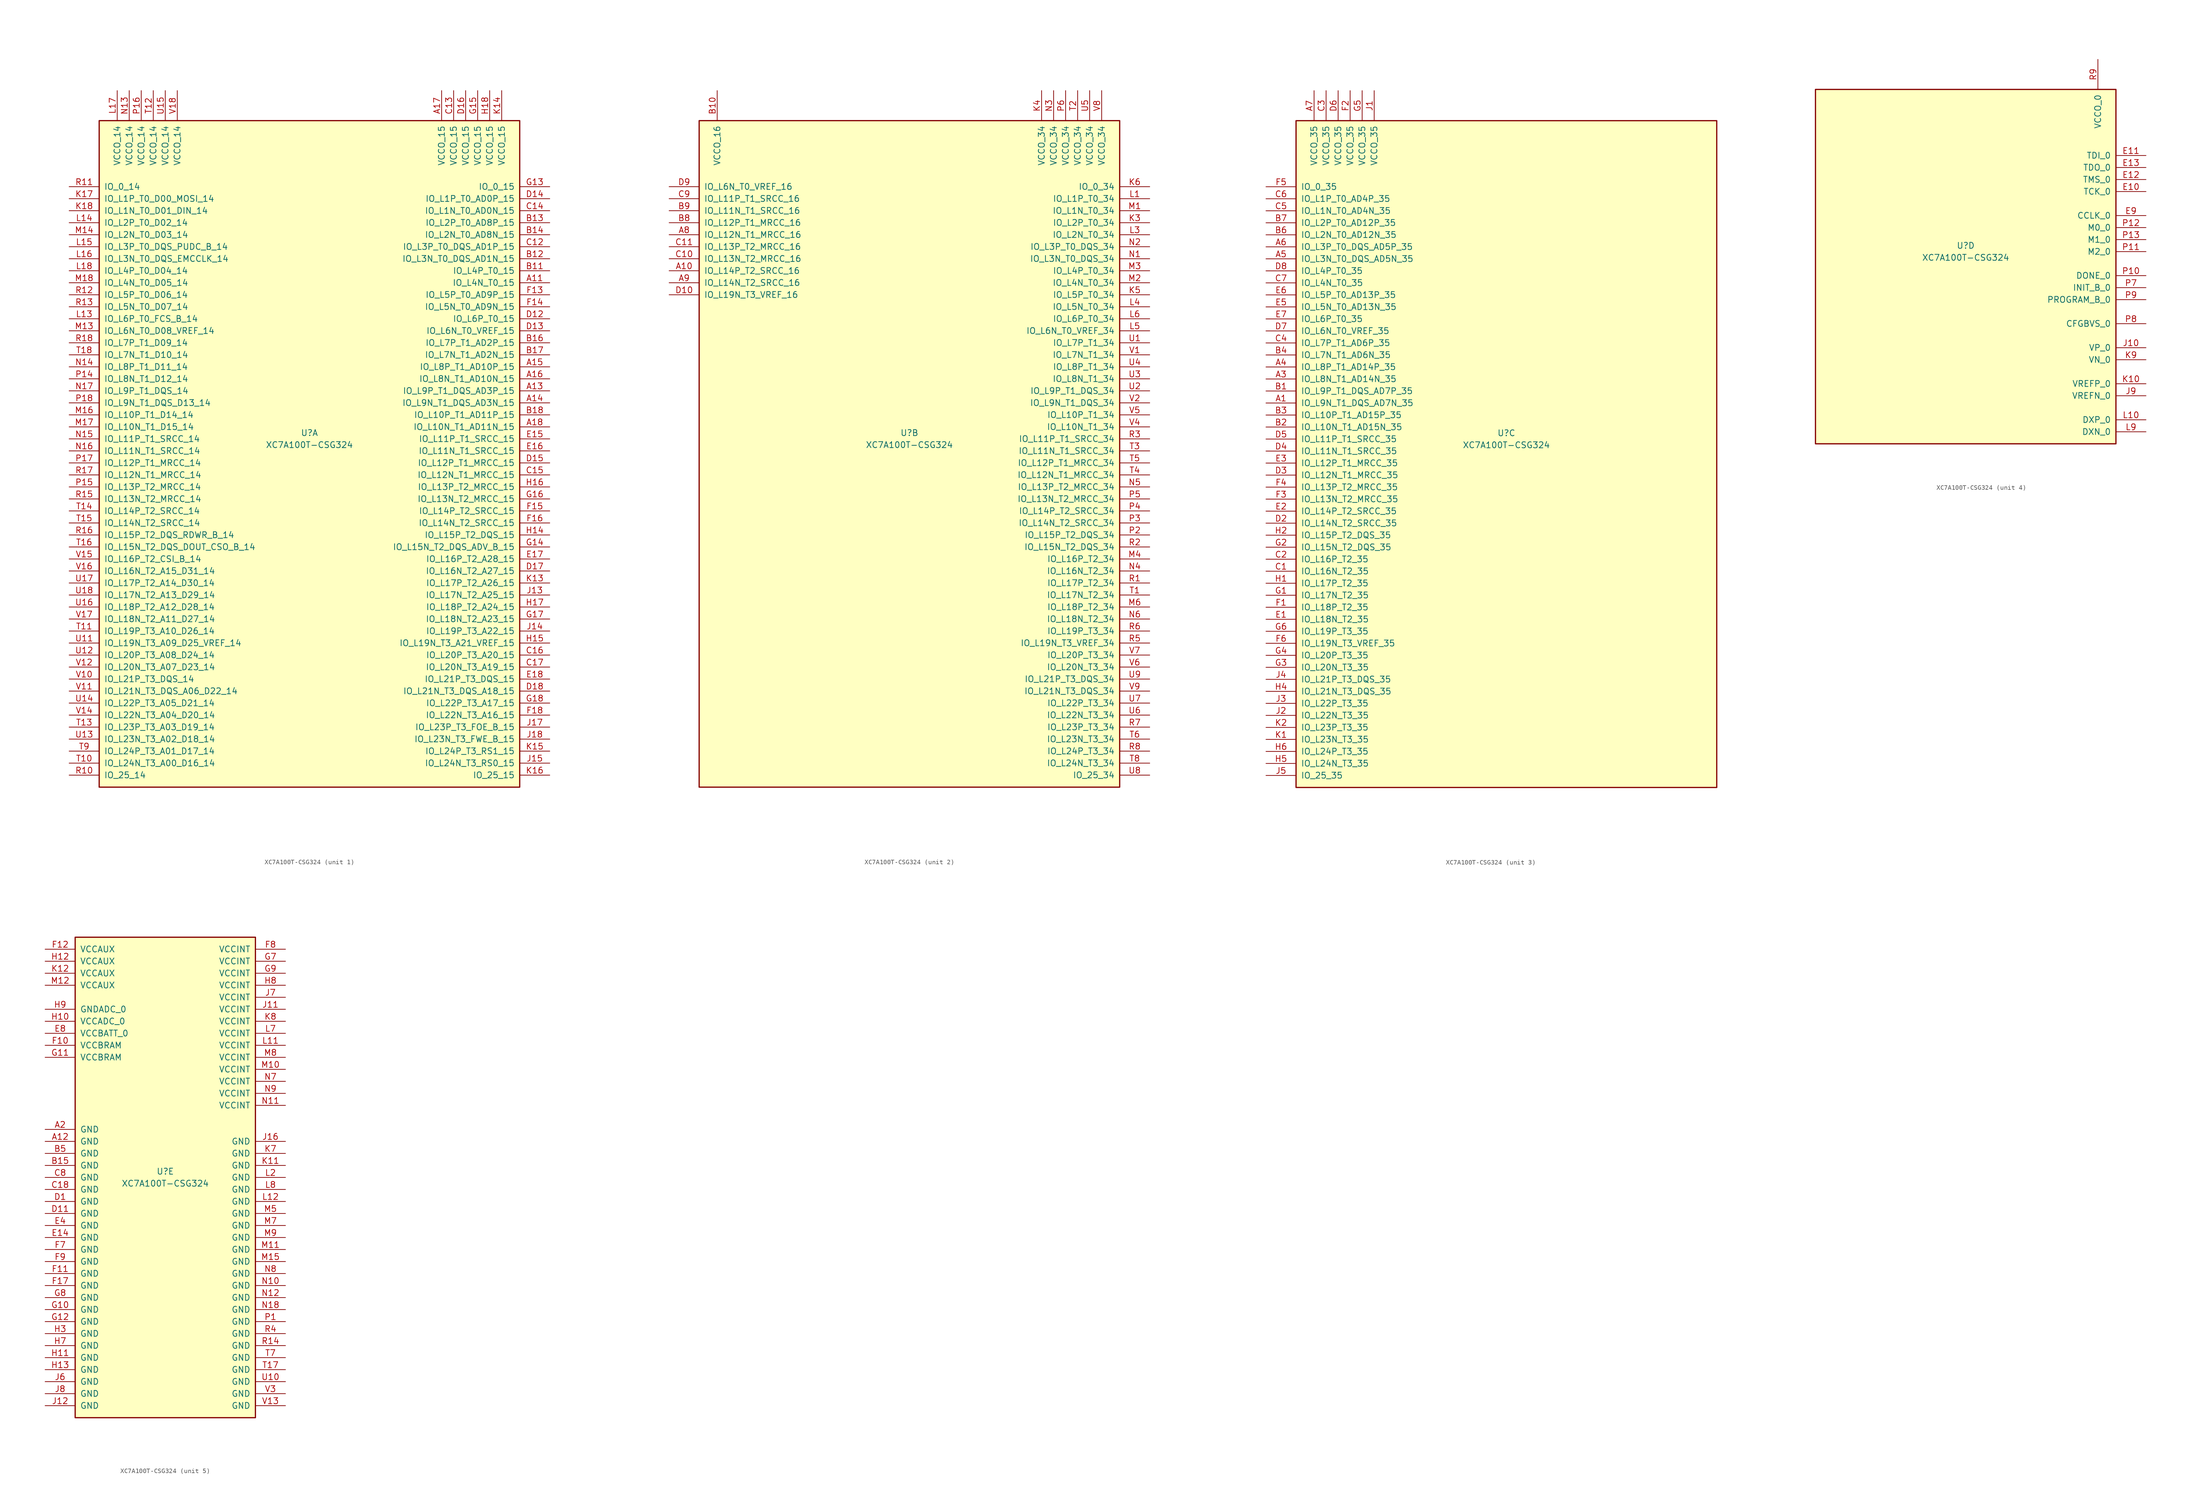
<source format=kicad_sym>
(kicad_symbol_lib
  (version 20211014)
  (generator kicad_symbol_editor)
  (symbol "XC7A100T-CSG324"
    (pin_names
      (offset 1.016))
    (property "Reference" "U"
      (at 0 1.27 0)
      (effects (font (size 1.27 1.27))))
    (property "Value" "XC7A100T-CSG324"
      (at 0 -1.27 0)
      (effects (font (size 1.27 1.27))))
    (property "Datasheet" ""
      (at 0 0 0)
      (effects (font (size 1.27 1.27))))
    (property "ki_locked" ""
      (at 0 0 0)
      (effects (font (size 1.27 1.27))))
    (symbol "XC7A100T-CSG324_1_1"
      (rectangle (start -44.45 67.31) (end 44.45 -73.66) (stroke (width 0.254) (type default) (color 0 0 0 0)) (fill (type background)))
      (pin bidirectional line (at 50.8 33.02 180) (length 6.35) (name "IO_L4N_T0_15" (effects (font (size 1.27 1.27)))) (number "A11" (effects (font (size 1.27 1.27)))))
      (pin bidirectional line (at 50.8 10.16 180) (length 6.35) (name "IO_L9P_T1_DQS_AD3P_15" (effects (font (size 1.27 1.27)))) (number "A13" (effects (font (size 1.27 1.27)))))
      (pin bidirectional line (at 50.8 7.62 180) (length 6.35) (name "IO_L9N_T1_DQS_AD3N_15" (effects (font (size 1.27 1.27)))) (number "A14" (effects (font (size 1.27 1.27)))))
      (pin bidirectional line (at 50.8 15.24 180) (length 6.35) (name "IO_L8P_T1_AD10P_15" (effects (font (size 1.27 1.27)))) (number "A15" (effects (font (size 1.27 1.27)))))
      (pin bidirectional line (at 50.8 12.7 180) (length 6.35) (name "IO_L8N_T1_AD10N_15" (effects (font (size 1.27 1.27)))) (number "A16" (effects (font (size 1.27 1.27)))))
      (pin power_in line (at 27.94 73.66 270) (length 6.35) (name "VCCO_15" (effects (font (size 1.27 1.27)))) (number "A17" (effects (font (size 1.27 1.27)))))
      (pin bidirectional line (at 50.8 2.54 180) (length 6.35) (name "IO_L10N_T1_AD11N_15" (effects (font (size 1.27 1.27)))) (number "A18" (effects (font (size 1.27 1.27)))))
      (pin bidirectional line (at 50.8 35.56 180) (length 6.35) (name "IO_L4P_T0_15" (effects (font (size 1.27 1.27)))) (number "B11" (effects (font (size 1.27 1.27)))))
      (pin bidirectional line (at 50.8 38.1 180) (length 6.35) (name "IO_L3N_T0_DQS_AD1N_15" (effects (font (size 1.27 1.27)))) (number "B12" (effects (font (size 1.27 1.27)))))
      (pin bidirectional line (at 50.8 45.72 180) (length 6.35) (name "IO_L2P_T0_AD8P_15" (effects (font (size 1.27 1.27)))) (number "B13" (effects (font (size 1.27 1.27)))))
      (pin bidirectional line (at 50.8 43.18 180) (length 6.35) (name "IO_L2N_T0_AD8N_15" (effects (font (size 1.27 1.27)))) (number "B14" (effects (font (size 1.27 1.27)))))
      (pin bidirectional line (at 50.8 20.32 180) (length 6.35) (name "IO_L7P_T1_AD2P_15" (effects (font (size 1.27 1.27)))) (number "B16" (effects (font (size 1.27 1.27)))))
      (pin bidirectional line (at 50.8 17.78 180) (length 6.35) (name "IO_L7N_T1_AD2N_15" (effects (font (size 1.27 1.27)))) (number "B17" (effects (font (size 1.27 1.27)))))
      (pin bidirectional line (at 50.8 5.08 180) (length 6.35) (name "IO_L10P_T1_AD11P_15" (effects (font (size 1.27 1.27)))) (number "B18" (effects (font (size 1.27 1.27)))))
      (pin bidirectional line (at 50.8 40.64 180) (length 6.35) (name "IO_L3P_T0_DQS_AD1P_15" (effects (font (size 1.27 1.27)))) (number "C12" (effects (font (size 1.27 1.27)))))
      (pin power_in line (at 30.48 73.66 270) (length 6.35) (name "VCCO_15" (effects (font (size 1.27 1.27)))) (number "C13" (effects (font (size 1.27 1.27)))))
      (pin bidirectional line (at 50.8 48.26 180) (length 6.35) (name "IO_L1N_T0_AD0N_15" (effects (font (size 1.27 1.27)))) (number "C14" (effects (font (size 1.27 1.27)))))
      (pin bidirectional line (at 50.8 -7.62 180) (length 6.35) (name "IO_L12N_T1_MRCC_15" (effects (font (size 1.27 1.27)))) (number "C15" (effects (font (size 1.27 1.27)))))
      (pin bidirectional line (at 50.8 -45.72 180) (length 6.35) (name "IO_L20P_T3_A20_15" (effects (font (size 1.27 1.27)))) (number "C16" (effects (font (size 1.27 1.27)))))
      (pin bidirectional line (at 50.8 -48.26 180) (length 6.35) (name "IO_L20N_T3_A19_15" (effects (font (size 1.27 1.27)))) (number "C17" (effects (font (size 1.27 1.27)))))
      (pin bidirectional line (at 50.8 25.4 180) (length 6.35) (name "IO_L6P_T0_15" (effects (font (size 1.27 1.27)))) (number "D12" (effects (font (size 1.27 1.27)))))
      (pin bidirectional line (at 50.8 22.86 180) (length 6.35) (name "IO_L6N_T0_VREF_15" (effects (font (size 1.27 1.27)))) (number "D13" (effects (font (size 1.27 1.27)))))
      (pin bidirectional line (at 50.8 50.8 180) (length 6.35) (name "IO_L1P_T0_AD0P_15" (effects (font (size 1.27 1.27)))) (number "D14" (effects (font (size 1.27 1.27)))))
      (pin bidirectional line (at 50.8 -5.08 180) (length 6.35) (name "IO_L12P_T1_MRCC_15" (effects (font (size 1.27 1.27)))) (number "D15" (effects (font (size 1.27 1.27)))))
      (pin power_in line (at 33.02 73.66 270) (length 6.35) (name "VCCO_15" (effects (font (size 1.27 1.27)))) (number "D16" (effects (font (size 1.27 1.27)))))
      (pin bidirectional line (at 50.8 -27.94 180) (length 6.35) (name "IO_L16N_T2_A27_15" (effects (font (size 1.27 1.27)))) (number "D17" (effects (font (size 1.27 1.27)))))
      (pin bidirectional line (at 50.8 -53.34 180) (length 6.35) (name "IO_L21N_T3_DQS_A18_15" (effects (font (size 1.27 1.27)))) (number "D18" (effects (font (size 1.27 1.27)))))
      (pin bidirectional line (at 50.8 0 180) (length 6.35) (name "IO_L11P_T1_SRCC_15" (effects (font (size 1.27 1.27)))) (number "E15" (effects (font (size 1.27 1.27)))))
      (pin bidirectional line (at 50.8 -2.54 180) (length 6.35) (name "IO_L11N_T1_SRCC_15" (effects (font (size 1.27 1.27)))) (number "E16" (effects (font (size 1.27 1.27)))))
      (pin bidirectional line (at 50.8 -25.4 180) (length 6.35) (name "IO_L16P_T2_A28_15" (effects (font (size 1.27 1.27)))) (number "E17" (effects (font (size 1.27 1.27)))))
      (pin bidirectional line (at 50.8 -50.8 180) (length 6.35) (name "IO_L21P_T3_DQS_15" (effects (font (size 1.27 1.27)))) (number "E18" (effects (font (size 1.27 1.27)))))
      (pin bidirectional line (at 50.8 30.48 180) (length 6.35) (name "IO_L5P_T0_AD9P_15" (effects (font (size 1.27 1.27)))) (number "F13" (effects (font (size 1.27 1.27)))))
      (pin bidirectional line (at 50.8 27.94 180) (length 6.35) (name "IO_L5N_T0_AD9N_15" (effects (font (size 1.27 1.27)))) (number "F14" (effects (font (size 1.27 1.27)))))
      (pin bidirectional line (at 50.8 -15.24 180) (length 6.35) (name "IO_L14P_T2_SRCC_15" (effects (font (size 1.27 1.27)))) (number "F15" (effects (font (size 1.27 1.27)))))
      (pin bidirectional line (at 50.8 -17.78 180) (length 6.35) (name "IO_L14N_T2_SRCC_15" (effects (font (size 1.27 1.27)))) (number "F16" (effects (font (size 1.27 1.27)))))
      (pin bidirectional line (at 50.8 -58.42 180) (length 6.35) (name "IO_L22N_T3_A16_15" (effects (font (size 1.27 1.27)))) (number "F18" (effects (font (size 1.27 1.27)))))
      (pin bidirectional line (at 50.8 53.34 180) (length 6.35) (name "IO_0_15" (effects (font (size 1.27 1.27)))) (number "G13" (effects (font (size 1.27 1.27)))))
      (pin bidirectional line (at 50.8 -22.86 180) (length 6.35) (name "IO_L15N_T2_DQS_ADV_B_15" (effects (font (size 1.27 1.27)))) (number "G14" (effects (font (size 1.27 1.27)))))
      (pin power_in line (at 35.56 73.66 270) (length 6.35) (name "VCCO_15" (effects (font (size 1.27 1.27)))) (number "G15" (effects (font (size 1.27 1.27)))))
      (pin bidirectional line (at 50.8 -12.7 180) (length 6.35) (name "IO_L13N_T2_MRCC_15" (effects (font (size 1.27 1.27)))) (number "G16" (effects (font (size 1.27 1.27)))))
      (pin bidirectional line (at 50.8 -38.1 180) (length 6.35) (name "IO_L18N_T2_A23_15" (effects (font (size 1.27 1.27)))) (number "G17" (effects (font (size 1.27 1.27)))))
      (pin bidirectional line (at 50.8 -55.88 180) (length 6.35) (name "IO_L22P_T3_A17_15" (effects (font (size 1.27 1.27)))) (number "G18" (effects (font (size 1.27 1.27)))))
      (pin bidirectional line (at 50.8 -20.32 180) (length 6.35) (name "IO_L15P_T2_DQS_15" (effects (font (size 1.27 1.27)))) (number "H14" (effects (font (size 1.27 1.27)))))
      (pin bidirectional line (at 50.8 -43.18 180) (length 6.35) (name "IO_L19N_T3_A21_VREF_15" (effects (font (size 1.27 1.27)))) (number "H15" (effects (font (size 1.27 1.27)))))
      (pin bidirectional line (at 50.8 -10.16 180) (length 6.35) (name "IO_L13P_T2_MRCC_15" (effects (font (size 1.27 1.27)))) (number "H16" (effects (font (size 1.27 1.27)))))
      (pin bidirectional line (at 50.8 -35.56 180) (length 6.35) (name "IO_L18P_T2_A24_15" (effects (font (size 1.27 1.27)))) (number "H17" (effects (font (size 1.27 1.27)))))
      (pin power_in line (at 38.1 73.66 270) (length 6.35) (name "VCCO_15" (effects (font (size 1.27 1.27)))) (number "H18" (effects (font (size 1.27 1.27)))))
      (pin bidirectional line (at 50.8 -33.02 180) (length 6.35) (name "IO_L17N_T2_A25_15" (effects (font (size 1.27 1.27)))) (number "J13" (effects (font (size 1.27 1.27)))))
      (pin bidirectional line (at 50.8 -40.64 180) (length 6.35) (name "IO_L19P_T3_A22_15" (effects (font (size 1.27 1.27)))) (number "J14" (effects (font (size 1.27 1.27)))))
      (pin bidirectional line (at 50.8 -68.58 180) (length 6.35) (name "IO_L24N_T3_RS0_15" (effects (font (size 1.27 1.27)))) (number "J15" (effects (font (size 1.27 1.27)))))
      (pin bidirectional line (at 50.8 -60.96 180) (length 6.35) (name "IO_L23P_T3_FOE_B_15" (effects (font (size 1.27 1.27)))) (number "J17" (effects (font (size 1.27 1.27)))))
      (pin bidirectional line (at 50.8 -63.5 180) (length 6.35) (name "IO_L23N_T3_FWE_B_15" (effects (font (size 1.27 1.27)))) (number "J18" (effects (font (size 1.27 1.27)))))
      (pin bidirectional line (at 50.8 -30.48 180) (length 6.35) (name "IO_L17P_T2_A26_15" (effects (font (size 1.27 1.27)))) (number "K13" (effects (font (size 1.27 1.27)))))
      (pin power_in line (at 40.64 73.66 270) (length 6.35) (name "VCCO_15" (effects (font (size 1.27 1.27)))) (number "K14" (effects (font (size 1.27 1.27)))))
      (pin bidirectional line (at 50.8 -66.04 180) (length 6.35) (name "IO_L24P_T3_RS1_15" (effects (font (size 1.27 1.27)))) (number "K15" (effects (font (size 1.27 1.27)))))
      (pin bidirectional line (at 50.8 -71.12 180) (length 6.35) (name "IO_25_15" (effects (font (size 1.27 1.27)))) (number "K16" (effects (font (size 1.27 1.27)))))
      (pin bidirectional line (at -50.8 50.8 0) (length 6.35) (name "IO_L1P_T0_D00_MOSI_14" (effects (font (size 1.27 1.27)))) (number "K17" (effects (font (size 1.27 1.27)))))
      (pin bidirectional line (at -50.8 48.26 0) (length 6.35) (name "IO_L1N_T0_D01_DIN_14" (effects (font (size 1.27 1.27)))) (number "K18" (effects (font (size 1.27 1.27)))))
      (pin bidirectional line (at -50.8 25.4 0) (length 6.35) (name "IO_L6P_T0_FCS_B_14" (effects (font (size 1.27 1.27)))) (number "L13" (effects (font (size 1.27 1.27)))))
      (pin bidirectional line (at -50.8 45.72 0) (length 6.35) (name "IO_L2P_T0_D02_14" (effects (font (size 1.27 1.27)))) (number "L14" (effects (font (size 1.27 1.27)))))
      (pin bidirectional line (at -50.8 40.64 0) (length 6.35) (name "IO_L3P_T0_DQS_PUDC_B_14" (effects (font (size 1.27 1.27)))) (number "L15" (effects (font (size 1.27 1.27)))))
      (pin bidirectional line (at -50.8 38.1 0) (length 6.35) (name "IO_L3N_T0_DQS_EMCCLK_14" (effects (font (size 1.27 1.27)))) (number "L16" (effects (font (size 1.27 1.27)))))
      (pin power_in line (at -40.64 73.66 270) (length 6.35) (name "VCCO_14" (effects (font (size 1.27 1.27)))) (number "L17" (effects (font (size 1.27 1.27)))))
      (pin bidirectional line (at -50.8 35.56 0) (length 6.35) (name "IO_L4P_T0_D04_14" (effects (font (size 1.27 1.27)))) (number "L18" (effects (font (size 1.27 1.27)))))
      (pin bidirectional line (at -50.8 22.86 0) (length 6.35) (name "IO_L6N_T0_D08_VREF_14" (effects (font (size 1.27 1.27)))) (number "M13" (effects (font (size 1.27 1.27)))))
      (pin bidirectional line (at -50.8 43.18 0) (length 6.35) (name "IO_L2N_T0_D03_14" (effects (font (size 1.27 1.27)))) (number "M14" (effects (font (size 1.27 1.27)))))
      (pin bidirectional line (at -50.8 5.08 0) (length 6.35) (name "IO_L10P_T1_D14_14" (effects (font (size 1.27 1.27)))) (number "M16" (effects (font (size 1.27 1.27)))))
      (pin bidirectional line (at -50.8 2.54 0) (length 6.35) (name "IO_L10N_T1_D15_14" (effects (font (size 1.27 1.27)))) (number "M17" (effects (font (size 1.27 1.27)))))
      (pin bidirectional line (at -50.8 33.02 0) (length 6.35) (name "IO_L4N_T0_D05_14" (effects (font (size 1.27 1.27)))) (number "M18" (effects (font (size 1.27 1.27)))))
      (pin power_in line (at -38.1 73.66 270) (length 6.35) (name "VCCO_14" (effects (font (size 1.27 1.27)))) (number "N13" (effects (font (size 1.27 1.27)))))
      (pin bidirectional line (at -50.8 15.24 0) (length 6.35) (name "IO_L8P_T1_D11_14" (effects (font (size 1.27 1.27)))) (number "N14" (effects (font (size 1.27 1.27)))))
      (pin bidirectional line (at -50.8 0 0) (length 6.35) (name "IO_L11P_T1_SRCC_14" (effects (font (size 1.27 1.27)))) (number "N15" (effects (font (size 1.27 1.27)))))
      (pin bidirectional line (at -50.8 -2.54 0) (length 6.35) (name "IO_L11N_T1_SRCC_14" (effects (font (size 1.27 1.27)))) (number "N16" (effects (font (size 1.27 1.27)))))
      (pin bidirectional line (at -50.8 10.16 0) (length 6.35) (name "IO_L9P_T1_DQS_14" (effects (font (size 1.27 1.27)))) (number "N17" (effects (font (size 1.27 1.27)))))
      (pin bidirectional line (at -50.8 12.7 0) (length 6.35) (name "IO_L8N_T1_D12_14" (effects (font (size 1.27 1.27)))) (number "P14" (effects (font (size 1.27 1.27)))))
      (pin bidirectional line (at -50.8 -10.16 0) (length 6.35) (name "IO_L13P_T2_MRCC_14" (effects (font (size 1.27 1.27)))) (number "P15" (effects (font (size 1.27 1.27)))))
      (pin power_in line (at -35.56 73.66 270) (length 6.35) (name "VCCO_14" (effects (font (size 1.27 1.27)))) (number "P16" (effects (font (size 1.27 1.27)))))
      (pin bidirectional line (at -50.8 -5.08 0) (length 6.35) (name "IO_L12P_T1_MRCC_14" (effects (font (size 1.27 1.27)))) (number "P17" (effects (font (size 1.27 1.27)))))
      (pin bidirectional line (at -50.8 7.62 0) (length 6.35) (name "IO_L9N_T1_DQS_D13_14" (effects (font (size 1.27 1.27)))) (number "P18" (effects (font (size 1.27 1.27)))))
      (pin bidirectional line (at -50.8 -71.12 0) (length 6.35) (name "IO_25_14" (effects (font (size 1.27 1.27)))) (number "R10" (effects (font (size 1.27 1.27)))))
      (pin bidirectional line (at -50.8 53.34 0) (length 6.35) (name "IO_0_14" (effects (font (size 1.27 1.27)))) (number "R11" (effects (font (size 1.27 1.27)))))
      (pin bidirectional line (at -50.8 30.48 0) (length 6.35) (name "IO_L5P_T0_D06_14" (effects (font (size 1.27 1.27)))) (number "R12" (effects (font (size 1.27 1.27)))))
      (pin bidirectional line (at -50.8 27.94 0) (length 6.35) (name "IO_L5N_T0_D07_14" (effects (font (size 1.27 1.27)))) (number "R13" (effects (font (size 1.27 1.27)))))
      (pin bidirectional line (at -50.8 -12.7 0) (length 6.35) (name "IO_L13N_T2_MRCC_14" (effects (font (size 1.27 1.27)))) (number "R15" (effects (font (size 1.27 1.27)))))
      (pin bidirectional line (at -50.8 -20.32 0) (length 6.35) (name "IO_L15P_T2_DQS_RDWR_B_14" (effects (font (size 1.27 1.27)))) (number "R16" (effects (font (size 1.27 1.27)))))
      (pin bidirectional line (at -50.8 -7.62 0) (length 6.35) (name "IO_L12N_T1_MRCC_14" (effects (font (size 1.27 1.27)))) (number "R17" (effects (font (size 1.27 1.27)))))
      (pin bidirectional line (at -50.8 20.32 0) (length 6.35) (name "IO_L7P_T1_D09_14" (effects (font (size 1.27 1.27)))) (number "R18" (effects (font (size 1.27 1.27)))))
      (pin bidirectional line (at -50.8 -68.58 0) (length 6.35) (name "IO_L24N_T3_A00_D16_14" (effects (font (size 1.27 1.27)))) (number "T10" (effects (font (size 1.27 1.27)))))
      (pin bidirectional line (at -50.8 -40.64 0) (length 6.35) (name "IO_L19P_T3_A10_D26_14" (effects (font (size 1.27 1.27)))) (number "T11" (effects (font (size 1.27 1.27)))))
      (pin power_in line (at -33.02 73.66 270) (length 6.35) (name "VCCO_14" (effects (font (size 1.27 1.27)))) (number "T12" (effects (font (size 1.27 1.27)))))
      (pin bidirectional line (at -50.8 -60.96 0) (length 6.35) (name "IO_L23P_T3_A03_D19_14" (effects (font (size 1.27 1.27)))) (number "T13" (effects (font (size 1.27 1.27)))))
      (pin bidirectional line (at -50.8 -15.24 0) (length 6.35) (name "IO_L14P_T2_SRCC_14" (effects (font (size 1.27 1.27)))) (number "T14" (effects (font (size 1.27 1.27)))))
      (pin bidirectional line (at -50.8 -17.78 0) (length 6.35) (name "IO_L14N_T2_SRCC_14" (effects (font (size 1.27 1.27)))) (number "T15" (effects (font (size 1.27 1.27)))))
      (pin bidirectional line (at -50.8 -22.86 0) (length 6.35) (name "IO_L15N_T2_DQS_DOUT_CSO_B_14" (effects (font (size 1.27 1.27)))) (number "T16" (effects (font (size 1.27 1.27)))))
      (pin bidirectional line (at -50.8 17.78 0) (length 6.35) (name "IO_L7N_T1_D10_14" (effects (font (size 1.27 1.27)))) (number "T18" (effects (font (size 1.27 1.27)))))
      (pin bidirectional line (at -50.8 -66.04 0) (length 6.35) (name "IO_L24P_T3_A01_D17_14" (effects (font (size 1.27 1.27)))) (number "T9" (effects (font (size 1.27 1.27)))))
      (pin bidirectional line (at -50.8 -43.18 0) (length 6.35) (name "IO_L19N_T3_A09_D25_VREF_14" (effects (font (size 1.27 1.27)))) (number "U11" (effects (font (size 1.27 1.27)))))
      (pin bidirectional line (at -50.8 -45.72 0) (length 6.35) (name "IO_L20P_T3_A08_D24_14" (effects (font (size 1.27 1.27)))) (number "U12" (effects (font (size 1.27 1.27)))))
      (pin bidirectional line (at -50.8 -63.5 0) (length 6.35) (name "IO_L23N_T3_A02_D18_14" (effects (font (size 1.27 1.27)))) (number "U13" (effects (font (size 1.27 1.27)))))
      (pin bidirectional line (at -50.8 -55.88 0) (length 6.35) (name "IO_L22P_T3_A05_D21_14" (effects (font (size 1.27 1.27)))) (number "U14" (effects (font (size 1.27 1.27)))))
      (pin power_in line (at -30.48 73.66 270) (length 6.35) (name "VCCO_14" (effects (font (size 1.27 1.27)))) (number "U15" (effects (font (size 1.27 1.27)))))
      (pin bidirectional line (at -50.8 -35.56 0) (length 6.35) (name "IO_L18P_T2_A12_D28_14" (effects (font (size 1.27 1.27)))) (number "U16" (effects (font (size 1.27 1.27)))))
      (pin bidirectional line (at -50.8 -30.48 0) (length 6.35) (name "IO_L17P_T2_A14_D30_14" (effects (font (size 1.27 1.27)))) (number "U17" (effects (font (size 1.27 1.27)))))
      (pin bidirectional line (at -50.8 -33.02 0) (length 6.35) (name "IO_L17N_T2_A13_D29_14" (effects (font (size 1.27 1.27)))) (number "U18" (effects (font (size 1.27 1.27)))))
      (pin bidirectional line (at -50.8 -50.8 0) (length 6.35) (name "IO_L21P_T3_DQS_14" (effects (font (size 1.27 1.27)))) (number "V10" (effects (font (size 1.27 1.27)))))
      (pin bidirectional line (at -50.8 -53.34 0) (length 6.35) (name "IO_L21N_T3_DQS_A06_D22_14" (effects (font (size 1.27 1.27)))) (number "V11" (effects (font (size 1.27 1.27)))))
      (pin bidirectional line (at -50.8 -48.26 0) (length 6.35) (name "IO_L20N_T3_A07_D23_14" (effects (font (size 1.27 1.27)))) (number "V12" (effects (font (size 1.27 1.27)))))
      (pin bidirectional line (at -50.8 -58.42 0) (length 6.35) (name "IO_L22N_T3_A04_D20_14" (effects (font (size 1.27 1.27)))) (number "V14" (effects (font (size 1.27 1.27)))))
      (pin bidirectional line (at -50.8 -25.4 0) (length 6.35) (name "IO_L16P_T2_CSI_B_14" (effects (font (size 1.27 1.27)))) (number "V15" (effects (font (size 1.27 1.27)))))
      (pin bidirectional line (at -50.8 -27.94 0) (length 6.35) (name "IO_L16N_T2_A15_D31_14" (effects (font (size 1.27 1.27)))) (number "V16" (effects (font (size 1.27 1.27)))))
      (pin bidirectional line (at -50.8 -38.1 0) (length 6.35) (name "IO_L18N_T2_A11_D27_14" (effects (font (size 1.27 1.27)))) (number "V17" (effects (font (size 1.27 1.27)))))
      (pin power_in line (at -27.94 73.66 270) (length 6.35) (name "VCCO_14" (effects (font (size 1.27 1.27)))) (number "V18" (effects (font (size 1.27 1.27))))))
    (symbol "XC7A100T-CSG324_2_1"
      (rectangle (start -44.45 67.31) (end 44.45 -73.66) (stroke (width 0.254) (type default) (color 0 0 0 0)) (fill (type background)))
      (pin bidirectional line (at -50.8 35.56 0) (length 6.35) (name "IO_L14P_T2_SRCC_16" (effects (font (size 1.27 1.27)))) (number "A10" (effects (font (size 1.27 1.27)))))
      (pin bidirectional line (at -50.8 43.18 0) (length 6.35) (name "IO_L12N_T1_MRCC_16" (effects (font (size 1.27 1.27)))) (number "A8" (effects (font (size 1.27 1.27)))))
      (pin bidirectional line (at -50.8 33.02 0) (length 6.35) (name "IO_L14N_T2_SRCC_16" (effects (font (size 1.27 1.27)))) (number "A9" (effects (font (size 1.27 1.27)))))
      (pin power_in line (at -40.64 73.66 270) (length 6.35) (name "VCCO_16" (effects (font (size 1.27 1.27)))) (number "B10" (effects (font (size 1.27 1.27)))))
      (pin bidirectional line (at -50.8 45.72 0) (length 6.35) (name "IO_L12P_T1_MRCC_16" (effects (font (size 1.27 1.27)))) (number "B8" (effects (font (size 1.27 1.27)))))
      (pin bidirectional line (at -50.8 48.26 0) (length 6.35) (name "IO_L11N_T1_SRCC_16" (effects (font (size 1.27 1.27)))) (number "B9" (effects (font (size 1.27 1.27)))))
      (pin bidirectional line (at -50.8 38.1 0) (length 6.35) (name "IO_L13N_T2_MRCC_16" (effects (font (size 1.27 1.27)))) (number "C10" (effects (font (size 1.27 1.27)))))
      (pin bidirectional line (at -50.8 40.64 0) (length 6.35) (name "IO_L13P_T2_MRCC_16" (effects (font (size 1.27 1.27)))) (number "C11" (effects (font (size 1.27 1.27)))))
      (pin bidirectional line (at -50.8 50.8 0) (length 6.35) (name "IO_L11P_T1_SRCC_16" (effects (font (size 1.27 1.27)))) (number "C9" (effects (font (size 1.27 1.27)))))
      (pin bidirectional line (at -50.8 30.48 0) (length 6.35) (name "IO_L19N_T3_VREF_16" (effects (font (size 1.27 1.27)))) (number "D10" (effects (font (size 1.27 1.27)))))
      (pin bidirectional line (at -50.8 53.34 0) (length 6.35) (name "IO_L6N_T0_VREF_16" (effects (font (size 1.27 1.27)))) (number "D9" (effects (font (size 1.27 1.27)))))
      (pin bidirectional line (at 50.8 45.72 180) (length 6.35) (name "IO_L2P_T0_34" (effects (font (size 1.27 1.27)))) (number "K3" (effects (font (size 1.27 1.27)))))
      (pin power_in line (at 27.94 73.66 270) (length 6.35) (name "VCCO_34" (effects (font (size 1.27 1.27)))) (number "K4" (effects (font (size 1.27 1.27)))))
      (pin bidirectional line (at 50.8 30.48 180) (length 6.35) (name "IO_L5P_T0_34" (effects (font (size 1.27 1.27)))) (number "K5" (effects (font (size 1.27 1.27)))))
      (pin bidirectional line (at 50.8 53.34 180) (length 6.35) (name "IO_0_34" (effects (font (size 1.27 1.27)))) (number "K6" (effects (font (size 1.27 1.27)))))
      (pin bidirectional line (at 50.8 50.8 180) (length 6.35) (name "IO_L1P_T0_34" (effects (font (size 1.27 1.27)))) (number "L1" (effects (font (size 1.27 1.27)))))
      (pin bidirectional line (at 50.8 43.18 180) (length 6.35) (name "IO_L2N_T0_34" (effects (font (size 1.27 1.27)))) (number "L3" (effects (font (size 1.27 1.27)))))
      (pin bidirectional line (at 50.8 27.94 180) (length 6.35) (name "IO_L5N_T0_34" (effects (font (size 1.27 1.27)))) (number "L4" (effects (font (size 1.27 1.27)))))
      (pin bidirectional line (at 50.8 22.86 180) (length 6.35) (name "IO_L6N_T0_VREF_34" (effects (font (size 1.27 1.27)))) (number "L5" (effects (font (size 1.27 1.27)))))
      (pin bidirectional line (at 50.8 25.4 180) (length 6.35) (name "IO_L6P_T0_34" (effects (font (size 1.27 1.27)))) (number "L6" (effects (font (size 1.27 1.27)))))
      (pin bidirectional line (at 50.8 48.26 180) (length 6.35) (name "IO_L1N_T0_34" (effects (font (size 1.27 1.27)))) (number "M1" (effects (font (size 1.27 1.27)))))
      (pin bidirectional line (at 50.8 33.02 180) (length 6.35) (name "IO_L4N_T0_34" (effects (font (size 1.27 1.27)))) (number "M2" (effects (font (size 1.27 1.27)))))
      (pin bidirectional line (at 50.8 35.56 180) (length 6.35) (name "IO_L4P_T0_34" (effects (font (size 1.27 1.27)))) (number "M3" (effects (font (size 1.27 1.27)))))
      (pin bidirectional line (at 50.8 -25.4 180) (length 6.35) (name "IO_L16P_T2_34" (effects (font (size 1.27 1.27)))) (number "M4" (effects (font (size 1.27 1.27)))))
      (pin bidirectional line (at 50.8 -35.56 180) (length 6.35) (name "IO_L18P_T2_34" (effects (font (size 1.27 1.27)))) (number "M6" (effects (font (size 1.27 1.27)))))
      (pin bidirectional line (at 50.8 38.1 180) (length 6.35) (name "IO_L3N_T0_DQS_34" (effects (font (size 1.27 1.27)))) (number "N1" (effects (font (size 1.27 1.27)))))
      (pin bidirectional line (at 50.8 40.64 180) (length 6.35) (name "IO_L3P_T0_DQS_34" (effects (font (size 1.27 1.27)))) (number "N2" (effects (font (size 1.27 1.27)))))
      (pin power_in line (at 30.48 73.66 270) (length 6.35) (name "VCCO_34" (effects (font (size 1.27 1.27)))) (number "N3" (effects (font (size 1.27 1.27)))))
      (pin bidirectional line (at 50.8 -27.94 180) (length 6.35) (name "IO_L16N_T2_34" (effects (font (size 1.27 1.27)))) (number "N4" (effects (font (size 1.27 1.27)))))
      (pin bidirectional line (at 50.8 -10.16 180) (length 6.35) (name "IO_L13P_T2_MRCC_34" (effects (font (size 1.27 1.27)))) (number "N5" (effects (font (size 1.27 1.27)))))
      (pin bidirectional line (at 50.8 -38.1 180) (length 6.35) (name "IO_L18N_T2_34" (effects (font (size 1.27 1.27)))) (number "N6" (effects (font (size 1.27 1.27)))))
      (pin bidirectional line (at 50.8 -20.32 180) (length 6.35) (name "IO_L15P_T2_DQS_34" (effects (font (size 1.27 1.27)))) (number "P2" (effects (font (size 1.27 1.27)))))
      (pin bidirectional line (at 50.8 -17.78 180) (length 6.35) (name "IO_L14N_T2_SRCC_34" (effects (font (size 1.27 1.27)))) (number "P3" (effects (font (size 1.27 1.27)))))
      (pin bidirectional line (at 50.8 -15.24 180) (length 6.35) (name "IO_L14P_T2_SRCC_34" (effects (font (size 1.27 1.27)))) (number "P4" (effects (font (size 1.27 1.27)))))
      (pin bidirectional line (at 50.8 -12.7 180) (length 6.35) (name "IO_L13N_T2_MRCC_34" (effects (font (size 1.27 1.27)))) (number "P5" (effects (font (size 1.27 1.27)))))
      (pin power_in line (at 33.02 73.66 270) (length 6.35) (name "VCCO_34" (effects (font (size 1.27 1.27)))) (number "P6" (effects (font (size 1.27 1.27)))))
      (pin bidirectional line (at 50.8 -30.48 180) (length 6.35) (name "IO_L17P_T2_34" (effects (font (size 1.27 1.27)))) (number "R1" (effects (font (size 1.27 1.27)))))
      (pin bidirectional line (at 50.8 -22.86 180) (length 6.35) (name "IO_L15N_T2_DQS_34" (effects (font (size 1.27 1.27)))) (number "R2" (effects (font (size 1.27 1.27)))))
      (pin bidirectional line (at 50.8 0 180) (length 6.35) (name "IO_L11P_T1_SRCC_34" (effects (font (size 1.27 1.27)))) (number "R3" (effects (font (size 1.27 1.27)))))
      (pin bidirectional line (at 50.8 -43.18 180) (length 6.35) (name "IO_L19N_T3_VREF_34" (effects (font (size 1.27 1.27)))) (number "R5" (effects (font (size 1.27 1.27)))))
      (pin bidirectional line (at 50.8 -40.64 180) (length 6.35) (name "IO_L19P_T3_34" (effects (font (size 1.27 1.27)))) (number "R6" (effects (font (size 1.27 1.27)))))
      (pin bidirectional line (at 50.8 -60.96 180) (length 6.35) (name "IO_L23P_T3_34" (effects (font (size 1.27 1.27)))) (number "R7" (effects (font (size 1.27 1.27)))))
      (pin bidirectional line (at 50.8 -66.04 180) (length 6.35) (name "IO_L24P_T3_34" (effects (font (size 1.27 1.27)))) (number "R8" (effects (font (size 1.27 1.27)))))
      (pin bidirectional line (at 50.8 -33.02 180) (length 6.35) (name "IO_L17N_T2_34" (effects (font (size 1.27 1.27)))) (number "T1" (effects (font (size 1.27 1.27)))))
      (pin power_in line (at 35.56 73.66 270) (length 6.35) (name "VCCO_34" (effects (font (size 1.27 1.27)))) (number "T2" (effects (font (size 1.27 1.27)))))
      (pin bidirectional line (at 50.8 -2.54 180) (length 6.35) (name "IO_L11N_T1_SRCC_34" (effects (font (size 1.27 1.27)))) (number "T3" (effects (font (size 1.27 1.27)))))
      (pin bidirectional line (at 50.8 -7.62 180) (length 6.35) (name "IO_L12N_T1_MRCC_34" (effects (font (size 1.27 1.27)))) (number "T4" (effects (font (size 1.27 1.27)))))
      (pin bidirectional line (at 50.8 -5.08 180) (length 6.35) (name "IO_L12P_T1_MRCC_34" (effects (font (size 1.27 1.27)))) (number "T5" (effects (font (size 1.27 1.27)))))
      (pin bidirectional line (at 50.8 -63.5 180) (length 6.35) (name "IO_L23N_T3_34" (effects (font (size 1.27 1.27)))) (number "T6" (effects (font (size 1.27 1.27)))))
      (pin bidirectional line (at 50.8 -68.58 180) (length 6.35) (name "IO_L24N_T3_34" (effects (font (size 1.27 1.27)))) (number "T8" (effects (font (size 1.27 1.27)))))
      (pin bidirectional line (at 50.8 20.32 180) (length 6.35) (name "IO_L7P_T1_34" (effects (font (size 1.27 1.27)))) (number "U1" (effects (font (size 1.27 1.27)))))
      (pin bidirectional line (at 50.8 10.16 180) (length 6.35) (name "IO_L9P_T1_DQS_34" (effects (font (size 1.27 1.27)))) (number "U2" (effects (font (size 1.27 1.27)))))
      (pin bidirectional line (at 50.8 12.7 180) (length 6.35) (name "IO_L8N_T1_34" (effects (font (size 1.27 1.27)))) (number "U3" (effects (font (size 1.27 1.27)))))
      (pin bidirectional line (at 50.8 15.24 180) (length 6.35) (name "IO_L8P_T1_34" (effects (font (size 1.27 1.27)))) (number "U4" (effects (font (size 1.27 1.27)))))
      (pin power_in line (at 38.1 73.66 270) (length 6.35) (name "VCCO_34" (effects (font (size 1.27 1.27)))) (number "U5" (effects (font (size 1.27 1.27)))))
      (pin bidirectional line (at 50.8 -58.42 180) (length 6.35) (name "IO_L22N_T3_34" (effects (font (size 1.27 1.27)))) (number "U6" (effects (font (size 1.27 1.27)))))
      (pin bidirectional line (at 50.8 -55.88 180) (length 6.35) (name "IO_L22P_T3_34" (effects (font (size 1.27 1.27)))) (number "U7" (effects (font (size 1.27 1.27)))))
      (pin bidirectional line (at 50.8 -71.12 180) (length 6.35) (name "IO_25_34" (effects (font (size 1.27 1.27)))) (number "U8" (effects (font (size 1.27 1.27)))))
      (pin bidirectional line (at 50.8 -50.8 180) (length 6.35) (name "IO_L21P_T3_DQS_34" (effects (font (size 1.27 1.27)))) (number "U9" (effects (font (size 1.27 1.27)))))
      (pin bidirectional line (at 50.8 17.78 180) (length 6.35) (name "IO_L7N_T1_34" (effects (font (size 1.27 1.27)))) (number "V1" (effects (font (size 1.27 1.27)))))
      (pin bidirectional line (at 50.8 7.62 180) (length 6.35) (name "IO_L9N_T1_DQS_34" (effects (font (size 1.27 1.27)))) (number "V2" (effects (font (size 1.27 1.27)))))
      (pin bidirectional line (at 50.8 2.54 180) (length 6.35) (name "IO_L10N_T1_34" (effects (font (size 1.27 1.27)))) (number "V4" (effects (font (size 1.27 1.27)))))
      (pin bidirectional line (at 50.8 5.08 180) (length 6.35) (name "IO_L10P_T1_34" (effects (font (size 1.27 1.27)))) (number "V5" (effects (font (size 1.27 1.27)))))
      (pin bidirectional line (at 50.8 -48.26 180) (length 6.35) (name "IO_L20N_T3_34" (effects (font (size 1.27 1.27)))) (number "V6" (effects (font (size 1.27 1.27)))))
      (pin bidirectional line (at 50.8 -45.72 180) (length 6.35) (name "IO_L20P_T3_34" (effects (font (size 1.27 1.27)))) (number "V7" (effects (font (size 1.27 1.27)))))
      (pin power_in line (at 40.64 73.66 270) (length 6.35) (name "VCCO_34" (effects (font (size 1.27 1.27)))) (number "V8" (effects (font (size 1.27 1.27)))))
      (pin bidirectional line (at 50.8 -53.34 180) (length 6.35) (name "IO_L21N_T3_DQS_34" (effects (font (size 1.27 1.27)))) (number "V9" (effects (font (size 1.27 1.27))))))
    (symbol "XC7A100T-CSG324_3_1"
      (rectangle (start -44.45 67.31) (end 44.45 -73.66) (stroke (width 0.254) (type default) (color 0 0 0 0)) (fill (type background)))
      (pin bidirectional line (at -50.8 7.62 0) (length 6.35) (name "IO_L9N_T1_DQS_AD7N_35" (effects (font (size 1.27 1.27)))) (number "A1" (effects (font (size 1.27 1.27)))))
      (pin bidirectional line (at -50.8 12.7 0) (length 6.35) (name "IO_L8N_T1_AD14N_35" (effects (font (size 1.27 1.27)))) (number "A3" (effects (font (size 1.27 1.27)))))
      (pin bidirectional line (at -50.8 15.24 0) (length 6.35) (name "IO_L8P_T1_AD14P_35" (effects (font (size 1.27 1.27)))) (number "A4" (effects (font (size 1.27 1.27)))))
      (pin bidirectional line (at -50.8 38.1 0) (length 6.35) (name "IO_L3N_T0_DQS_AD5N_35" (effects (font (size 1.27 1.27)))) (number "A5" (effects (font (size 1.27 1.27)))))
      (pin bidirectional line (at -50.8 40.64 0) (length 6.35) (name "IO_L3P_T0_DQS_AD5P_35" (effects (font (size 1.27 1.27)))) (number "A6" (effects (font (size 1.27 1.27)))))
      (pin power_in line (at -40.64 73.66 270) (length 6.35) (name "VCCO_35" (effects (font (size 1.27 1.27)))) (number "A7" (effects (font (size 1.27 1.27)))))
      (pin bidirectional line (at -50.8 10.16 0) (length 6.35) (name "IO_L9P_T1_DQS_AD7P_35" (effects (font (size 1.27 1.27)))) (number "B1" (effects (font (size 1.27 1.27)))))
      (pin bidirectional line (at -50.8 2.54 0) (length 6.35) (name "IO_L10N_T1_AD15N_35" (effects (font (size 1.27 1.27)))) (number "B2" (effects (font (size 1.27 1.27)))))
      (pin bidirectional line (at -50.8 5.08 0) (length 6.35) (name "IO_L10P_T1_AD15P_35" (effects (font (size 1.27 1.27)))) (number "B3" (effects (font (size 1.27 1.27)))))
      (pin bidirectional line (at -50.8 17.78 0) (length 6.35) (name "IO_L7N_T1_AD6N_35" (effects (font (size 1.27 1.27)))) (number "B4" (effects (font (size 1.27 1.27)))))
      (pin bidirectional line (at -50.8 43.18 0) (length 6.35) (name "IO_L2N_T0_AD12N_35" (effects (font (size 1.27 1.27)))) (number "B6" (effects (font (size 1.27 1.27)))))
      (pin bidirectional line (at -50.8 45.72 0) (length 6.35) (name "IO_L2P_T0_AD12P_35" (effects (font (size 1.27 1.27)))) (number "B7" (effects (font (size 1.27 1.27)))))
      (pin bidirectional line (at -50.8 -27.94 0) (length 6.35) (name "IO_L16N_T2_35" (effects (font (size 1.27 1.27)))) (number "C1" (effects (font (size 1.27 1.27)))))
      (pin bidirectional line (at -50.8 -25.4 0) (length 6.35) (name "IO_L16P_T2_35" (effects (font (size 1.27 1.27)))) (number "C2" (effects (font (size 1.27 1.27)))))
      (pin power_in line (at -38.1 73.66 270) (length 6.35) (name "VCCO_35" (effects (font (size 1.27 1.27)))) (number "C3" (effects (font (size 1.27 1.27)))))
      (pin bidirectional line (at -50.8 20.32 0) (length 6.35) (name "IO_L7P_T1_AD6P_35" (effects (font (size 1.27 1.27)))) (number "C4" (effects (font (size 1.27 1.27)))))
      (pin bidirectional line (at -50.8 48.26 0) (length 6.35) (name "IO_L1N_T0_AD4N_35" (effects (font (size 1.27 1.27)))) (number "C5" (effects (font (size 1.27 1.27)))))
      (pin bidirectional line (at -50.8 50.8 0) (length 6.35) (name "IO_L1P_T0_AD4P_35" (effects (font (size 1.27 1.27)))) (number "C6" (effects (font (size 1.27 1.27)))))
      (pin bidirectional line (at -50.8 33.02 0) (length 6.35) (name "IO_L4N_T0_35" (effects (font (size 1.27 1.27)))) (number "C7" (effects (font (size 1.27 1.27)))))
      (pin bidirectional line (at -50.8 -17.78 0) (length 6.35) (name "IO_L14N_T2_SRCC_35" (effects (font (size 1.27 1.27)))) (number "D2" (effects (font (size 1.27 1.27)))))
      (pin bidirectional line (at -50.8 -7.62 0) (length 6.35) (name "IO_L12N_T1_MRCC_35" (effects (font (size 1.27 1.27)))) (number "D3" (effects (font (size 1.27 1.27)))))
      (pin bidirectional line (at -50.8 -2.54 0) (length 6.35) (name "IO_L11N_T1_SRCC_35" (effects (font (size 1.27 1.27)))) (number "D4" (effects (font (size 1.27 1.27)))))
      (pin bidirectional line (at -50.8 0 0) (length 6.35) (name "IO_L11P_T1_SRCC_35" (effects (font (size 1.27 1.27)))) (number "D5" (effects (font (size 1.27 1.27)))))
      (pin power_in line (at -35.56 73.66 270) (length 6.35) (name "VCCO_35" (effects (font (size 1.27 1.27)))) (number "D6" (effects (font (size 1.27 1.27)))))
      (pin bidirectional line (at -50.8 22.86 0) (length 6.35) (name "IO_L6N_T0_VREF_35" (effects (font (size 1.27 1.27)))) (number "D7" (effects (font (size 1.27 1.27)))))
      (pin bidirectional line (at -50.8 35.56 0) (length 6.35) (name "IO_L4P_T0_35" (effects (font (size 1.27 1.27)))) (number "D8" (effects (font (size 1.27 1.27)))))
      (pin bidirectional line (at -50.8 -38.1 0) (length 6.35) (name "IO_L18N_T2_35" (effects (font (size 1.27 1.27)))) (number "E1" (effects (font (size 1.27 1.27)))))
      (pin bidirectional line (at -50.8 -15.24 0) (length 6.35) (name "IO_L14P_T2_SRCC_35" (effects (font (size 1.27 1.27)))) (number "E2" (effects (font (size 1.27 1.27)))))
      (pin bidirectional line (at -50.8 -5.08 0) (length 6.35) (name "IO_L12P_T1_MRCC_35" (effects (font (size 1.27 1.27)))) (number "E3" (effects (font (size 1.27 1.27)))))
      (pin bidirectional line (at -50.8 27.94 0) (length 6.35) (name "IO_L5N_T0_AD13N_35" (effects (font (size 1.27 1.27)))) (number "E5" (effects (font (size 1.27 1.27)))))
      (pin bidirectional line (at -50.8 30.48 0) (length 6.35) (name "IO_L5P_T0_AD13P_35" (effects (font (size 1.27 1.27)))) (number "E6" (effects (font (size 1.27 1.27)))))
      (pin bidirectional line (at -50.8 25.4 0) (length 6.35) (name "IO_L6P_T0_35" (effects (font (size 1.27 1.27)))) (number "E7" (effects (font (size 1.27 1.27)))))
      (pin bidirectional line (at -50.8 -35.56 0) (length 6.35) (name "IO_L18P_T2_35" (effects (font (size 1.27 1.27)))) (number "F1" (effects (font (size 1.27 1.27)))))
      (pin power_in line (at -33.02 73.66 270) (length 6.35) (name "VCCO_35" (effects (font (size 1.27 1.27)))) (number "F2" (effects (font (size 1.27 1.27)))))
      (pin bidirectional line (at -50.8 -12.7 0) (length 6.35) (name "IO_L13N_T2_MRCC_35" (effects (font (size 1.27 1.27)))) (number "F3" (effects (font (size 1.27 1.27)))))
      (pin bidirectional line (at -50.8 -10.16 0) (length 6.35) (name "IO_L13P_T2_MRCC_35" (effects (font (size 1.27 1.27)))) (number "F4" (effects (font (size 1.27 1.27)))))
      (pin bidirectional line (at -50.8 53.34 0) (length 6.35) (name "IO_0_35" (effects (font (size 1.27 1.27)))) (number "F5" (effects (font (size 1.27 1.27)))))
      (pin bidirectional line (at -50.8 -43.18 0) (length 6.35) (name "IO_L19N_T3_VREF_35" (effects (font (size 1.27 1.27)))) (number "F6" (effects (font (size 1.27 1.27)))))
      (pin bidirectional line (at -50.8 -33.02 0) (length 6.35) (name "IO_L17N_T2_35" (effects (font (size 1.27 1.27)))) (number "G1" (effects (font (size 1.27 1.27)))))
      (pin bidirectional line (at -50.8 -22.86 0) (length 6.35) (name "IO_L15N_T2_DQS_35" (effects (font (size 1.27 1.27)))) (number "G2" (effects (font (size 1.27 1.27)))))
      (pin bidirectional line (at -50.8 -48.26 0) (length 6.35) (name "IO_L20N_T3_35" (effects (font (size 1.27 1.27)))) (number "G3" (effects (font (size 1.27 1.27)))))
      (pin bidirectional line (at -50.8 -45.72 0) (length 6.35) (name "IO_L20P_T3_35" (effects (font (size 1.27 1.27)))) (number "G4" (effects (font (size 1.27 1.27)))))
      (pin power_in line (at -30.48 73.66 270) (length 6.35) (name "VCCO_35" (effects (font (size 1.27 1.27)))) (number "G5" (effects (font (size 1.27 1.27)))))
      (pin bidirectional line (at -50.8 -40.64 0) (length 6.35) (name "IO_L19P_T3_35" (effects (font (size 1.27 1.27)))) (number "G6" (effects (font (size 1.27 1.27)))))
      (pin bidirectional line (at -50.8 -30.48 0) (length 6.35) (name "IO_L17P_T2_35" (effects (font (size 1.27 1.27)))) (number "H1" (effects (font (size 1.27 1.27)))))
      (pin bidirectional line (at -50.8 -20.32 0) (length 6.35) (name "IO_L15P_T2_DQS_35" (effects (font (size 1.27 1.27)))) (number "H2" (effects (font (size 1.27 1.27)))))
      (pin bidirectional line (at -50.8 -53.34 0) (length 6.35) (name "IO_L21N_T3_DQS_35" (effects (font (size 1.27 1.27)))) (number "H4" (effects (font (size 1.27 1.27)))))
      (pin bidirectional line (at -50.8 -68.58 0) (length 6.35) (name "IO_L24N_T3_35" (effects (font (size 1.27 1.27)))) (number "H5" (effects (font (size 1.27 1.27)))))
      (pin bidirectional line (at -50.8 -66.04 0) (length 6.35) (name "IO_L24P_T3_35" (effects (font (size 1.27 1.27)))) (number "H6" (effects (font (size 1.27 1.27)))))
      (pin power_in line (at -27.94 73.66 270) (length 6.35) (name "VCCO_35" (effects (font (size 1.27 1.27)))) (number "J1" (effects (font (size 1.27 1.27)))))
      (pin bidirectional line (at -50.8 -58.42 0) (length 6.35) (name "IO_L22N_T3_35" (effects (font (size 1.27 1.27)))) (number "J2" (effects (font (size 1.27 1.27)))))
      (pin bidirectional line (at -50.8 -55.88 0) (length 6.35) (name "IO_L22P_T3_35" (effects (font (size 1.27 1.27)))) (number "J3" (effects (font (size 1.27 1.27)))))
      (pin bidirectional line (at -50.8 -50.8 0) (length 6.35) (name "IO_L21P_T3_DQS_35" (effects (font (size 1.27 1.27)))) (number "J4" (effects (font (size 1.27 1.27)))))
      (pin bidirectional line (at -50.8 -71.12 0) (length 6.35) (name "IO_25_35" (effects (font (size 1.27 1.27)))) (number "J5" (effects (font (size 1.27 1.27)))))
      (pin bidirectional line (at -50.8 -63.5 0) (length 6.35) (name "IO_L23N_T3_35" (effects (font (size 1.27 1.27)))) (number "K1" (effects (font (size 1.27 1.27)))))
      (pin bidirectional line (at -50.8 -60.96 0) (length 6.35) (name "IO_L23P_T3_35" (effects (font (size 1.27 1.27)))) (number "K2" (effects (font (size 1.27 1.27))))))
    (symbol "XC7A100T-CSG324_4_1"
      (rectangle (start -31.75 34.29) (end 31.75 -40.64) (stroke (width 0.254) (type default) (color 0 0 0 0)) (fill (type background)))
      (pin bidirectional line (at 38.1 12.7 180) (length 6.35) (name "TCK_0" (effects (font (size 1.27 1.27)))) (number "E10" (effects (font (size 1.27 1.27)))))
      (pin bidirectional line (at 38.1 20.32 180) (length 6.35) (name "TDI_0" (effects (font (size 1.27 1.27)))) (number "E11" (effects (font (size 1.27 1.27)))))
      (pin bidirectional line (at 38.1 15.24 180) (length 6.35) (name "TMS_0" (effects (font (size 1.27 1.27)))) (number "E12" (effects (font (size 1.27 1.27)))))
      (pin bidirectional line (at 38.1 17.78 180) (length 6.35) (name "TDO_0" (effects (font (size 1.27 1.27)))) (number "E13" (effects (font (size 1.27 1.27)))))
      (pin bidirectional line (at 38.1 7.62 180) (length 6.35) (name "CCLK_0" (effects (font (size 1.27 1.27)))) (number "E9" (effects (font (size 1.27 1.27)))))
      (pin bidirectional line (at 38.1 -20.32 180) (length 6.35) (name "VP_0" (effects (font (size 1.27 1.27)))) (number "J10" (effects (font (size 1.27 1.27)))))
      (pin bidirectional line (at 38.1 -30.48 180) (length 6.35) (name "VREFN_0" (effects (font (size 1.27 1.27)))) (number "J9" (effects (font (size 1.27 1.27)))))
      (pin bidirectional line (at 38.1 -27.94 180) (length 6.35) (name "VREFP_0" (effects (font (size 1.27 1.27)))) (number "K10" (effects (font (size 1.27 1.27)))))
      (pin bidirectional line (at 38.1 -22.86 180) (length 6.35) (name "VN_0" (effects (font (size 1.27 1.27)))) (number "K9" (effects (font (size 1.27 1.27)))))
      (pin bidirectional line (at 38.1 -35.56 180) (length 6.35) (name "DXP_0" (effects (font (size 1.27 1.27)))) (number "L10" (effects (font (size 1.27 1.27)))))
      (pin bidirectional line (at 38.1 -38.1 180) (length 6.35) (name "DXN_0" (effects (font (size 1.27 1.27)))) (number "L9" (effects (font (size 1.27 1.27)))))
      (pin bidirectional line (at 38.1 -5.08 180) (length 6.35) (name "DONE_0" (effects (font (size 1.27 1.27)))) (number "P10" (effects (font (size 1.27 1.27)))))
      (pin bidirectional line (at 38.1 0 180) (length 6.35) (name "M2_0" (effects (font (size 1.27 1.27)))) (number "P11" (effects (font (size 1.27 1.27)))))
      (pin bidirectional line (at 38.1 5.08 180) (length 6.35) (name "M0_0" (effects (font (size 1.27 1.27)))) (number "P12" (effects (font (size 1.27 1.27)))))
      (pin bidirectional line (at 38.1 2.54 180) (length 6.35) (name "M1_0" (effects (font (size 1.27 1.27)))) (number "P13" (effects (font (size 1.27 1.27)))))
      (pin bidirectional line (at 38.1 -7.62 180) (length 6.35) (name "INIT_B_0" (effects (font (size 1.27 1.27)))) (number "P7" (effects (font (size 1.27 1.27)))))
      (pin bidirectional line (at 38.1 -15.24 180) (length 6.35) (name "CFGBVS_0" (effects (font (size 1.27 1.27)))) (number "P8" (effects (font (size 1.27 1.27)))))
      (pin bidirectional line (at 38.1 -10.16 180) (length 6.35) (name "PROGRAM_B_0" (effects (font (size 1.27 1.27)))) (number "P9" (effects (font (size 1.27 1.27)))))
      (pin power_in line (at 27.94 40.64 270) (length 6.35) (name "VCCO_0" (effects (font (size 1.27 1.27)))) (number "R9" (effects (font (size 1.27 1.27))))))
    (symbol "XC7A100T-CSG324_5_1"
      (rectangle (start -19.05 50.8) (end 19.05 -50.8) (stroke (width 0.254) (type default) (color 0 0 0 0)) (fill (type background)))
      (pin power_in line (at -25.4 7.62 0) (length 6.35) (name "GND" (effects (font (size 1.27 1.27)))) (number "A12" (effects (font (size 1.27 1.27)))))
      (pin power_in line (at -25.4 10.16 0) (length 6.35) (name "GND" (effects (font (size 1.27 1.27)))) (number "A2" (effects (font (size 1.27 1.27)))))
      (pin power_in line (at -25.4 2.54 0) (length 6.35) (name "GND" (effects (font (size 1.27 1.27)))) (number "B15" (effects (font (size 1.27 1.27)))))
      (pin power_in line (at -25.4 5.08 0) (length 6.35) (name "GND" (effects (font (size 1.27 1.27)))) (number "B5" (effects (font (size 1.27 1.27)))))
      (pin power_in line (at -25.4 -2.54 0) (length 6.35) (name "GND" (effects (font (size 1.27 1.27)))) (number "C18" (effects (font (size 1.27 1.27)))))
      (pin power_in line (at -25.4 0 0) (length 6.35) (name "GND" (effects (font (size 1.27 1.27)))) (number "C8" (effects (font (size 1.27 1.27)))))
      (pin power_in line (at -25.4 -5.08 0) (length 6.35) (name "GND" (effects (font (size 1.27 1.27)))) (number "D1" (effects (font (size 1.27 1.27)))))
      (pin power_in line (at -25.4 -7.62 0) (length 6.35) (name "GND" (effects (font (size 1.27 1.27)))) (number "D11" (effects (font (size 1.27 1.27)))))
      (pin power_in line (at -25.4 -12.7 0) (length 6.35) (name "GND" (effects (font (size 1.27 1.27)))) (number "E14" (effects (font (size 1.27 1.27)))))
      (pin power_in line (at -25.4 -10.16 0) (length 6.35) (name "GND" (effects (font (size 1.27 1.27)))) (number "E4" (effects (font (size 1.27 1.27)))))
      (pin power_in line (at -25.4 30.48 0) (length 6.35) (name "VCCBATT_0" (effects (font (size 1.27 1.27)))) (number "E8" (effects (font (size 1.27 1.27)))))
      (pin power_in line (at -25.4 27.94 0) (length 6.35) (name "VCCBRAM" (effects (font (size 1.27 1.27)))) (number "F10" (effects (font (size 1.27 1.27)))))
      (pin power_in line (at -25.4 -20.32 0) (length 6.35) (name "GND" (effects (font (size 1.27 1.27)))) (number "F11" (effects (font (size 1.27 1.27)))))
      (pin power_in line (at -25.4 48.26 0) (length 6.35) (name "VCCAUX" (effects (font (size 1.27 1.27)))) (number "F12" (effects (font (size 1.27 1.27)))))
      (pin power_in line (at -25.4 -22.86 0) (length 6.35) (name "GND" (effects (font (size 1.27 1.27)))) (number "F17" (effects (font (size 1.27 1.27)))))
      (pin power_in line (at -25.4 -15.24 0) (length 6.35) (name "GND" (effects (font (size 1.27 1.27)))) (number "F7" (effects (font (size 1.27 1.27)))))
      (pin power_in line (at 25.4 48.26 180) (length 6.35) (name "VCCINT" (effects (font (size 1.27 1.27)))) (number "F8" (effects (font (size 1.27 1.27)))))
      (pin power_in line (at -25.4 -17.78 0) (length 6.35) (name "GND" (effects (font (size 1.27 1.27)))) (number "F9" (effects (font (size 1.27 1.27)))))
      (pin power_in line (at -25.4 -27.94 0) (length 6.35) (name "GND" (effects (font (size 1.27 1.27)))) (number "G10" (effects (font (size 1.27 1.27)))))
      (pin power_in line (at -25.4 25.4 0) (length 6.35) (name "VCCBRAM" (effects (font (size 1.27 1.27)))) (number "G11" (effects (font (size 1.27 1.27)))))
      (pin power_in line (at -25.4 -30.48 0) (length 6.35) (name "GND" (effects (font (size 1.27 1.27)))) (number "G12" (effects (font (size 1.27 1.27)))))
      (pin power_in line (at 25.4 45.72 180) (length 6.35) (name "VCCINT" (effects (font (size 1.27 1.27)))) (number "G7" (effects (font (size 1.27 1.27)))))
      (pin power_in line (at -25.4 -25.4 0) (length 6.35) (name "GND" (effects (font (size 1.27 1.27)))) (number "G8" (effects (font (size 1.27 1.27)))))
      (pin power_in line (at 25.4 43.18 180) (length 6.35) (name "VCCINT" (effects (font (size 1.27 1.27)))) (number "G9" (effects (font (size 1.27 1.27)))))
      (pin power_in line (at -25.4 33.02 0) (length 6.35) (name "VCCADC_0" (effects (font (size 1.27 1.27)))) (number "H10" (effects (font (size 1.27 1.27)))))
      (pin power_in line (at -25.4 -38.1 0) (length 6.35) (name "GND" (effects (font (size 1.27 1.27)))) (number "H11" (effects (font (size 1.27 1.27)))))
      (pin power_in line (at -25.4 45.72 0) (length 6.35) (name "VCCAUX" (effects (font (size 1.27 1.27)))) (number "H12" (effects (font (size 1.27 1.27)))))
      (pin power_in line (at -25.4 -40.64 0) (length 6.35) (name "GND" (effects (font (size 1.27 1.27)))) (number "H13" (effects (font (size 1.27 1.27)))))
      (pin power_in line (at -25.4 -33.02 0) (length 6.35) (name "GND" (effects (font (size 1.27 1.27)))) (number "H3" (effects (font (size 1.27 1.27)))))
      (pin power_in line (at -25.4 -35.56 0) (length 6.35) (name "GND" (effects (font (size 1.27 1.27)))) (number "H7" (effects (font (size 1.27 1.27)))))
      (pin power_in line (at 25.4 40.64 180) (length 6.35) (name "VCCINT" (effects (font (size 1.27 1.27)))) (number "H8" (effects (font (size 1.27 1.27)))))
      (pin power_in line (at -25.4 35.56 0) (length 6.35) (name "GNDADC_0" (effects (font (size 1.27 1.27)))) (number "H9" (effects (font (size 1.27 1.27)))))
      (pin power_in line (at 25.4 35.56 180) (length 6.35) (name "VCCINT" (effects (font (size 1.27 1.27)))) (number "J11" (effects (font (size 1.27 1.27)))))
      (pin power_in line (at -25.4 -48.26 0) (length 6.35) (name "GND" (effects (font (size 1.27 1.27)))) (number "J12" (effects (font (size 1.27 1.27)))))
      (pin power_in line (at 25.4 7.62 180) (length 6.35) (name "GND" (effects (font (size 1.27 1.27)))) (number "J16" (effects (font (size 1.27 1.27)))))
      (pin power_in line (at -25.4 -43.18 0) (length 6.35) (name "GND" (effects (font (size 1.27 1.27)))) (number "J6" (effects (font (size 1.27 1.27)))))
      (pin power_in line (at 25.4 38.1 180) (length 6.35) (name "VCCINT" (effects (font (size 1.27 1.27)))) (number "J7" (effects (font (size 1.27 1.27)))))
      (pin power_in line (at -25.4 -45.72 0) (length 6.35) (name "GND" (effects (font (size 1.27 1.27)))) (number "J8" (effects (font (size 1.27 1.27)))))
      (pin power_in line (at 25.4 2.54 180) (length 6.35) (name "GND" (effects (font (size 1.27 1.27)))) (number "K11" (effects (font (size 1.27 1.27)))))
      (pin power_in line (at -25.4 43.18 0) (length 6.35) (name "VCCAUX" (effects (font (size 1.27 1.27)))) (number "K12" (effects (font (size 1.27 1.27)))))
      (pin power_in line (at 25.4 5.08 180) (length 6.35) (name "GND" (effects (font (size 1.27 1.27)))) (number "K7" (effects (font (size 1.27 1.27)))))
      (pin power_in line (at 25.4 33.02 180) (length 6.35) (name "VCCINT" (effects (font (size 1.27 1.27)))) (number "K8" (effects (font (size 1.27 1.27)))))
      (pin power_in line (at 25.4 27.94 180) (length 6.35) (name "VCCINT" (effects (font (size 1.27 1.27)))) (number "L11" (effects (font (size 1.27 1.27)))))
      (pin power_in line (at 25.4 -5.08 180) (length 6.35) (name "GND" (effects (font (size 1.27 1.27)))) (number "L12" (effects (font (size 1.27 1.27)))))
      (pin power_in line (at 25.4 0 180) (length 6.35) (name "GND" (effects (font (size 1.27 1.27)))) (number "L2" (effects (font (size 1.27 1.27)))))
      (pin power_in line (at 25.4 30.48 180) (length 6.35) (name "VCCINT" (effects (font (size 1.27 1.27)))) (number "L7" (effects (font (size 1.27 1.27)))))
      (pin power_in line (at 25.4 -2.54 180) (length 6.35) (name "GND" (effects (font (size 1.27 1.27)))) (number "L8" (effects (font (size 1.27 1.27)))))
      (pin power_in line (at 25.4 22.86 180) (length 6.35) (name "VCCINT" (effects (font (size 1.27 1.27)))) (number "M10" (effects (font (size 1.27 1.27)))))
      (pin power_in line (at 25.4 -15.24 180) (length 6.35) (name "GND" (effects (font (size 1.27 1.27)))) (number "M11" (effects (font (size 1.27 1.27)))))
      (pin power_in line (at -25.4 40.64 0) (length 6.35) (name "VCCAUX" (effects (font (size 1.27 1.27)))) (number "M12" (effects (font (size 1.27 1.27)))))
      (pin power_in line (at 25.4 -17.78 180) (length 6.35) (name "GND" (effects (font (size 1.27 1.27)))) (number "M15" (effects (font (size 1.27 1.27)))))
      (pin power_in line (at 25.4 -7.62 180) (length 6.35) (name "GND" (effects (font (size 1.27 1.27)))) (number "M5" (effects (font (size 1.27 1.27)))))
      (pin power_in line (at 25.4 -10.16 180) (length 6.35) (name "GND" (effects (font (size 1.27 1.27)))) (number "M7" (effects (font (size 1.27 1.27)))))
      (pin power_in line (at 25.4 25.4 180) (length 6.35) (name "VCCINT" (effects (font (size 1.27 1.27)))) (number "M8" (effects (font (size 1.27 1.27)))))
      (pin power_in line (at 25.4 -12.7 180) (length 6.35) (name "GND" (effects (font (size 1.27 1.27)))) (number "M9" (effects (font (size 1.27 1.27)))))
      (pin power_in line (at 25.4 -22.86 180) (length 6.35) (name "GND" (effects (font (size 1.27 1.27)))) (number "N10" (effects (font (size 1.27 1.27)))))
      (pin power_in line (at 25.4 15.24 180) (length 6.35) (name "VCCINT" (effects (font (size 1.27 1.27)))) (number "N11" (effects (font (size 1.27 1.27)))))
      (pin power_in line (at 25.4 -25.4 180) (length 6.35) (name "GND" (effects (font (size 1.27 1.27)))) (number "N12" (effects (font (size 1.27 1.27)))))
      (pin power_in line (at 25.4 -27.94 180) (length 6.35) (name "GND" (effects (font (size 1.27 1.27)))) (number "N18" (effects (font (size 1.27 1.27)))))
      (pin power_in line (at 25.4 20.32 180) (length 6.35) (name "VCCINT" (effects (font (size 1.27 1.27)))) (number "N7" (effects (font (size 1.27 1.27)))))
      (pin power_in line (at 25.4 -20.32 180) (length 6.35) (name "GND" (effects (font (size 1.27 1.27)))) (number "N8" (effects (font (size 1.27 1.27)))))
      (pin power_in line (at 25.4 17.78 180) (length 6.35) (name "VCCINT" (effects (font (size 1.27 1.27)))) (number "N9" (effects (font (size 1.27 1.27)))))
      (pin power_in line (at 25.4 -30.48 180) (length 6.35) (name "GND" (effects (font (size 1.27 1.27)))) (number "P1" (effects (font (size 1.27 1.27)))))
      (pin power_in line (at 25.4 -35.56 180) (length 6.35) (name "GND" (effects (font (size 1.27 1.27)))) (number "R14" (effects (font (size 1.27 1.27)))))
      (pin power_in line (at 25.4 -33.02 180) (length 6.35) (name "GND" (effects (font (size 1.27 1.27)))) (number "R4" (effects (font (size 1.27 1.27)))))
      (pin power_in line (at 25.4 -40.64 180) (length 6.35) (name "GND" (effects (font (size 1.27 1.27)))) (number "T17" (effects (font (size 1.27 1.27)))))
      (pin power_in line (at 25.4 -38.1 180) (length 6.35) (name "GND" (effects (font (size 1.27 1.27)))) (number "T7" (effects (font (size 1.27 1.27)))))
      (pin power_in line (at 25.4 -43.18 180) (length 6.35) (name "GND" (effects (font (size 1.27 1.27)))) (number "U10" (effects (font (size 1.27 1.27)))))
      (pin power_in line (at 25.4 -48.26 180) (length 6.35) (name "GND" (effects (font (size 1.27 1.27)))) (number "V13" (effects (font (size 1.27 1.27)))))
      (pin power_in line (at 25.4 -45.72 180) (length 6.35) (name "GND" (effects (font (size 1.27 1.27)))) (number "V3" (effects (font (size 1.27 1.27))))))))
</source>
